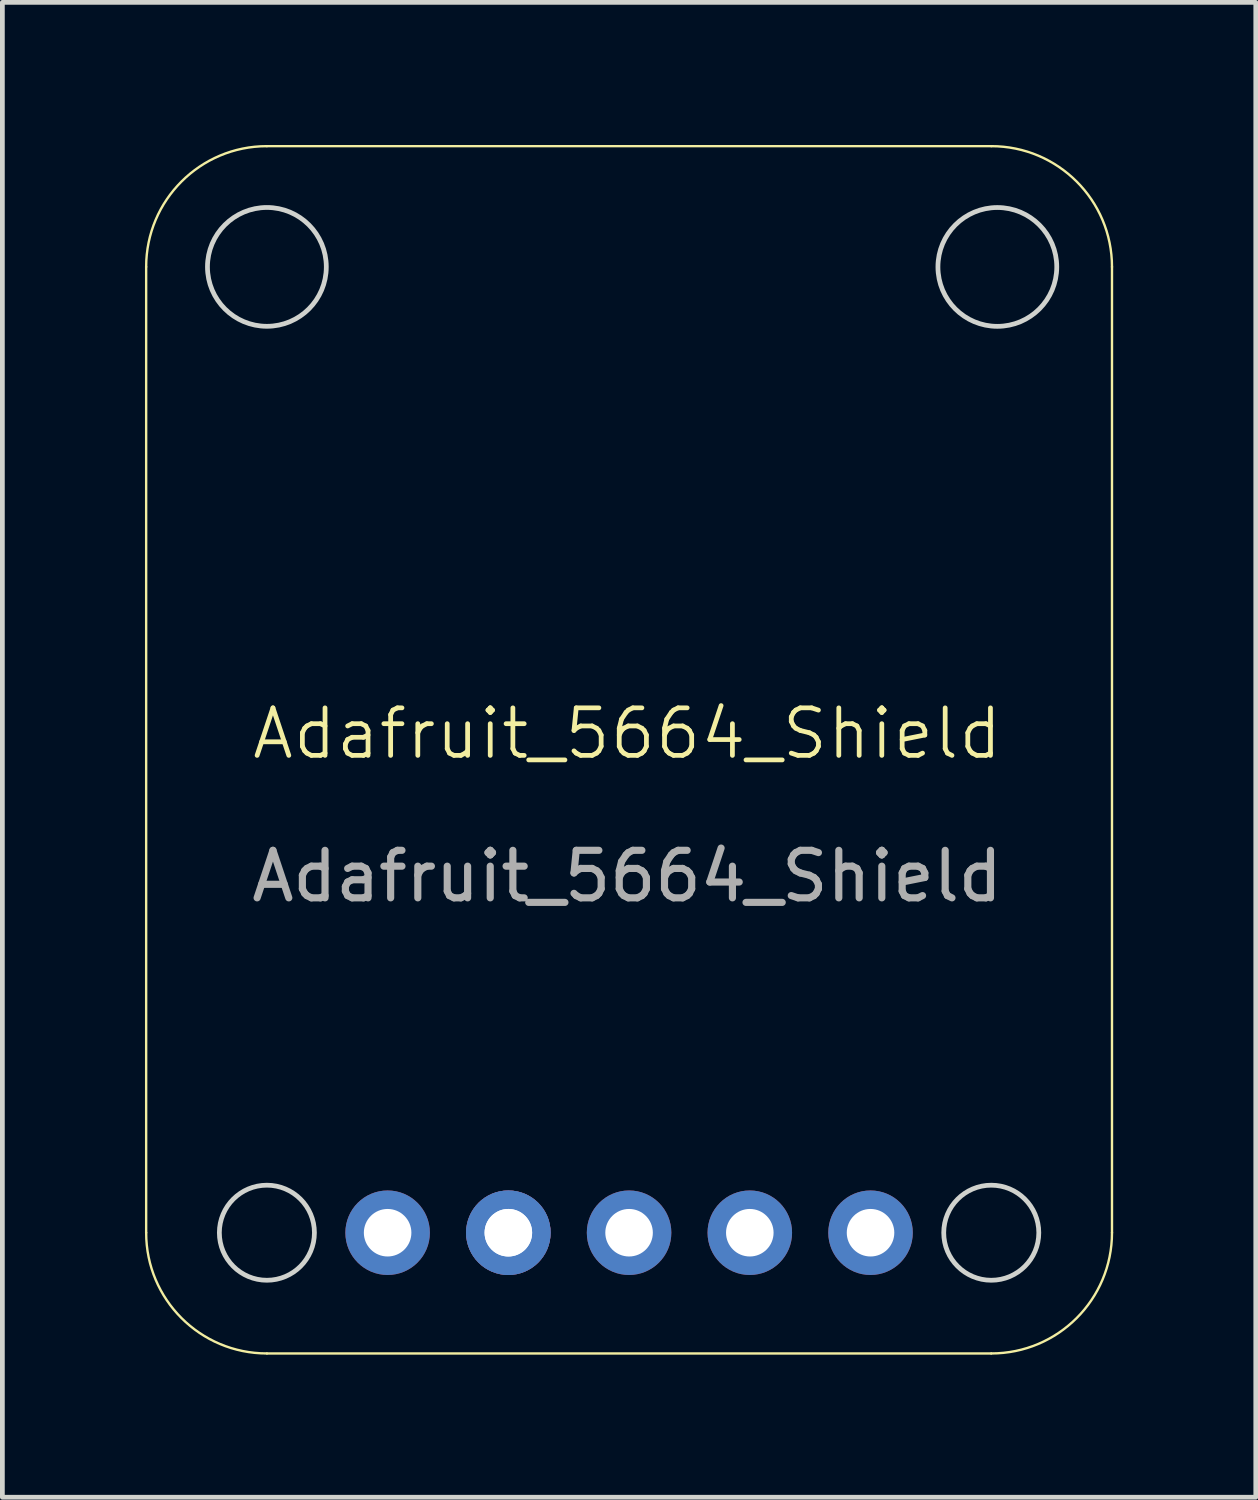
<source format=kicad_pcb>
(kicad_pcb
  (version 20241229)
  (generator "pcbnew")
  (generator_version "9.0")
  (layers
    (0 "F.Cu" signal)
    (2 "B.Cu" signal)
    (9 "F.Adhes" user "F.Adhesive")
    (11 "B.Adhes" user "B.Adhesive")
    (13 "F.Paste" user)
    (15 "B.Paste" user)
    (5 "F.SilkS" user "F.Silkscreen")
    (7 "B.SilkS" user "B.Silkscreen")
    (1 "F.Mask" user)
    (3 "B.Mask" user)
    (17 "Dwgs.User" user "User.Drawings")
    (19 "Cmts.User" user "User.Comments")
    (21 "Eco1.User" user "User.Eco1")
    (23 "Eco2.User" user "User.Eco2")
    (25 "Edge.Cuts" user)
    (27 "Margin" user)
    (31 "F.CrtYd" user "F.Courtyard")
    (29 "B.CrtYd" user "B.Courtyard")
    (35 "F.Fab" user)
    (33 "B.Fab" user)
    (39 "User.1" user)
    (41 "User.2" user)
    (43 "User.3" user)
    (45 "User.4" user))
  (footprint "Adafruit_5664_Shield"
    (layer "F.Cu")
    (at 10.145 12.885)
    (property "Reference" "Adafruit_5664_Shield" (at 0 -0.5 0) (unlocked yes) (layer "F.SilkS") (effects (font (size 1 1) (thickness 0.1))))
    (attr through_hole)
    (fp_line (start -10.12 -10.32) (end -10.12 10) (stroke (width 0.05) (type solid)) (layer "F.SilkS"))
    (fp_line (start -7.58 12.54) (end 7.66 12.54) (stroke (width 0.05) (type solid)) (layer "F.SilkS"))
    (fp_line (start 7.66 -12.86) (end -7.58 -12.86) (stroke (width 0.05) (type solid)) (layer "F.SilkS"))
    (fp_line (start 10.2 10) (end 10.2 -10.32) (stroke (width 0.05) (type solid)) (layer "F.SilkS"))
    (fp_arc (start -10.12 -10.32) (mid -9.376051 -12.116051) (end -7.58 -12.86) (stroke (width 0.05) (type solid)) (layer "F.SilkS"))
    (fp_arc (start -7.58 12.54) (mid -9.376051 11.796051) (end -10.12 10) (stroke (width 0.05) (type solid)) (layer "F.SilkS"))
    (fp_arc (start 7.66 -12.86) (mid 9.456051 -12.116051) (end 10.2 -10.32) (stroke (width 0.05) (type solid)) (layer "F.SilkS"))
    (fp_arc (start 10.2 10) (mid 9.456051 11.796051) (end 7.66 12.54) (stroke (width 0.05) (type solid)) (layer "F.SilkS"))
    (fp_circle (center -7.58 -10.32) (end -6.33 -10.32) (stroke (width 0.1) (type default)) (fill no) (layer "Edge.Cuts"))
    (fp_circle (center -7.58 10) (end -6.58 10) (stroke (width 0.1) (type default)) (fill no) (layer "Edge.Cuts"))
    (fp_circle (center 7.66 10) (end 8.66 10) (stroke (width 0.1) (type default)) (fill no) (layer "Edge.Cuts"))
    (fp_circle (center 7.788 -10.319) (end 9.038 -10.319) (stroke (width 0.1) (type default)) (fill no) (layer "Edge.Cuts"))
    (fp_text user "${REFERENCE}" (at 0 2.5 0) (unlocked yes) (layer "F.Fab") (effects (font (size 1 1) (thickness 0.15))))
    (pad "1" thru_hole circle (at -5.04 10 90) (size 1.778 1.778) (drill 1) (layers "*.Cu" "*.Mask"))
    (pad "2" thru_hole circle (at -2.5 10 180) (size 1.778 1.778) (drill 1) (layers "*.Cu" "*.Mask"))
    (pad "2" thru_hole circle (at -2.5 10 90) (size 1.778 1.778) (drill 1) (layers "*.Cu" "*.Mask"))
    (pad "3" thru_hole circle (at 0.04 10 90) (size 1.778 1.778) (drill 1) (layers "*.Cu" "*.Mask"))
    (pad "4" thru_hole circle (at 2.58 10 90) (size 1.778 1.778) (drill 1) (layers "*.Cu" "*.Mask"))
    (pad "5" thru_hole circle (at 5.12 10 90) (size 1.778 1.778) (drill 1) (layers "*.Cu" "*.Mask")))
  (gr_rect
    (start -3 -3)
    (end 23.37 28.45)
    (stroke (width 0.1) (type default))
    (fill no)
    (layer "Edge.Cuts")))
</source>
